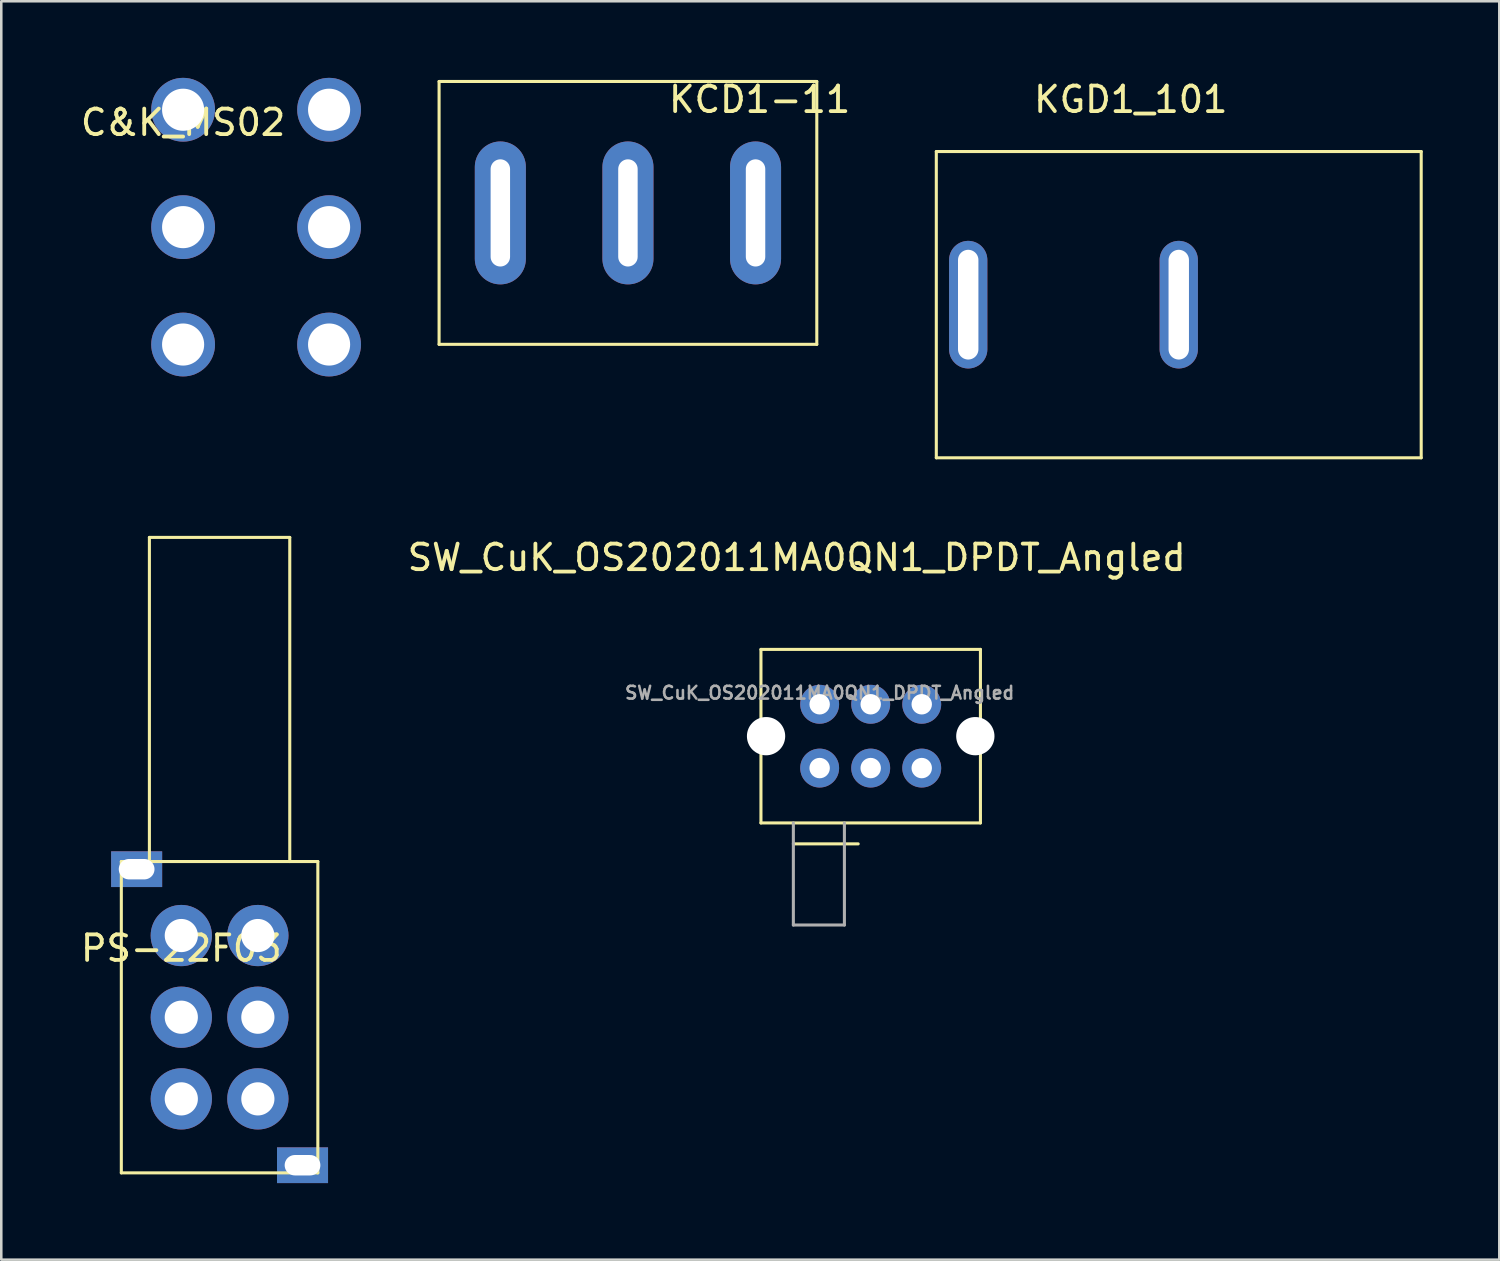
<source format=kicad_pcb>
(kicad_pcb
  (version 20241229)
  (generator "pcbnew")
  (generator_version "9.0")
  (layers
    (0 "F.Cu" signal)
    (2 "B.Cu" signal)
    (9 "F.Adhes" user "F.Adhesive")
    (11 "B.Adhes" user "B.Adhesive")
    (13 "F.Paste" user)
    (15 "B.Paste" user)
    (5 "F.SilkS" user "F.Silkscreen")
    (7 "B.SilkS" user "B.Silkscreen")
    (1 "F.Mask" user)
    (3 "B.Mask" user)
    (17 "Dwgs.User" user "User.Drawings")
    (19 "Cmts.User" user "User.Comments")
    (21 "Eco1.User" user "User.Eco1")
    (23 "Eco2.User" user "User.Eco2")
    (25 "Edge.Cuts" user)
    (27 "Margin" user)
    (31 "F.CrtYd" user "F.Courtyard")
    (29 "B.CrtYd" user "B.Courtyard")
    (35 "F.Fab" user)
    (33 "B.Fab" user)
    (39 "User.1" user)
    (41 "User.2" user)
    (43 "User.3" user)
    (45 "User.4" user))
  (footprint "SW_CuK_OS202011MA0QN1_DPDT_Angled"
    (layer "F.Cu")
    (at 26.767 22.396)
    (property "Reference" "SW_CuK_OS202011MA0QN1_DPDT_Angled" (at 1.4 -3.6 0) (layer "F.SilkS") (effects (font (size 1 1) (thickness 0.15))))
    (attr through_hole)
    (fp_line (start 0 0) (end 8.6 0) (stroke (width 0.12) (type solid)) (layer "F.SilkS"))
    (fp_line (start 0 6.8) (end 0 0) (stroke (width 0.12) (type solid)) (layer "F.SilkS"))
    (fp_line (start 1.27 7.62) (end 3.81 7.62) (stroke (width 0.12) (type solid)) (layer "F.SilkS"))
    (fp_line (start 8.6 0) (end 8.6 6.8) (stroke (width 0.12) (type solid)) (layer "F.SilkS"))
    (fp_line (start 8.6 6.8) (end 0 6.8) (stroke (width 0.12) (type solid)) (layer "F.SilkS"))
    (fp_line (start 1.27 6.8) (end 1.27 10.8) (stroke (width 0.12) (type solid)) (layer "F.Fab"))
    (fp_line (start 1.27 10.8) (end 3.27 10.8) (stroke (width 0.12) (type solid)) (layer "F.Fab"))
    (fp_line (start 3.27 10.8) (end 3.27 6.8) (stroke (width 0.12) (type solid)) (layer "F.Fab"))
    (fp_text user "${REFERENCE}" (at 2.3 1.7 0) (layer "F.Fab") (effects (font (size 0.5 0.5) (thickness 0.1))))
    (pad "" np_thru_hole circle (at 0.2 3.4) (size 1.5 1.5) (drill 1.5) (layers "*.Cu" "*.Mask"))
    (pad "" np_thru_hole circle (at 8.4 3.4) (size 1.5 1.5) (drill 1.5) (layers "*.Cu" "*.Mask"))
    (pad "1" thru_hole circle (at 2.3 2.15) (size 1.524 1.524) (drill 0.8) (layers "*.Cu" "*.Mask"))
    (pad "2" thru_hole circle (at 4.3 2.15) (size 1.524 1.524) (drill 0.8) (layers "*.Cu" "*.Mask"))
    (pad "3" thru_hole circle (at 6.3 2.15) (size 1.524 1.524) (drill 0.8) (layers "*.Cu" "*.Mask"))
    (pad "4" thru_hole circle (at 2.3 4.65) (size 1.524 1.524) (drill 0.8) (layers "*.Cu" "*.Mask"))
    (pad "5" thru_hole circle (at 4.3 4.65) (size 1.524 1.524) (drill 0.8) (layers "*.Cu" "*.Mask"))
    (pad "6" thru_hole circle (at 6.3 4.65) (size 1.524 1.524) (drill 0.8) (layers "*.Cu" "*.Mask")))
  (footprint "C&K_MS02"
    (layer "F.Cu")
    (at 4.125 1.25)
    (property "Reference" "C&K_MS02" (at 0 0.5 0) (layer "F.SilkS") (effects (font (size 1 1) (thickness 0.15))))
    (attr through_hole)
    (pad "1" thru_hole circle (at 0 0) (size 2.5 2.5) (drill 1.65) (layers "*.Cu" "*.Mask"))
    (pad "1" thru_hole circle (at 5.72 0) (size 2.5 2.5) (drill 1.65) (layers "*.Cu" "*.Mask"))
    (pad "2" thru_hole circle (at 0 4.6) (size 2.5 2.5) (drill 1.65) (layers "*.Cu" "*.Mask"))
    (pad "2" thru_hole circle (at 5.72 4.6) (size 2.5 2.5) (drill 1.65) (layers "*.Cu" "*.Mask"))
    (pad "3" thru_hole circle (at 0 9.2) (size 2.5 2.5) (drill 1.65) (layers "*.Cu" "*.Mask"))
    (pad "3" thru_hole circle (at 5.72 9.2) (size 2.5 2.5) (drill 1.65) (layers "*.Cu" "*.Mask")))
  (footprint "PS-22F03"
    (layer "F.Cu")
    (at 4.054 33.608)
    (property "Reference" "PS-22F03" (at 0 0.5 0) (layer "F.SilkS") (effects (font (size 1 1) (thickness 0.15))))
    (attr through_hole)
    (fp_line (start -2.35 -2.9) (end 5.35 -2.9) (stroke (width 0.12) (type solid)) (layer "F.SilkS"))
    (fp_line (start -2.35 9.3) (end -2.35 -2.9) (stroke (width 0.12) (type solid)) (layer "F.SilkS"))
    (fp_line (start -2.35 9.3) (end 5.35 9.3) (stroke (width 0.12) (type solid)) (layer "F.SilkS"))
    (fp_line (start -1.25 -15.6) (end -1.25 -2.9) (stroke (width 0.12) (type solid)) (layer "F.SilkS"))
    (fp_line (start 4.25 -15.6) (end -1.25 -15.6) (stroke (width 0.12) (type solid)) (layer "F.SilkS"))
    (fp_line (start 4.25 -2.9) (end 4.25 -15.6) (stroke (width 0.12) (type solid)) (layer "F.SilkS"))
    (fp_line (start 5.35 -2.9) (end 5.35 9.3) (stroke (width 0.12) (type solid)) (layer "F.SilkS"))
    (pad "" thru_hole rect (at -1.75 -2.6) (size 2 1.4) (drill oval 1.4 0.8) (layers "*.Cu" "*.Mask"))
    (pad "" thru_hole rect (at 4.75 9) (size 2 1.4) (drill oval 1.4 0.8) (layers "*.Cu" "*.Mask"))
    (pad "1" thru_hole circle (at 0 6.4) (size 2.4 2.4) (drill 1.3) (layers "*.Cu" "*.Mask"))
    (pad "1" thru_hole circle (at 3 6.4) (size 2.4 2.4) (drill 1.3) (layers "*.Cu" "*.Mask"))
    (pad "2" thru_hole circle (at 0 3.2) (size 2.4 2.4) (drill 1.3) (layers "*.Cu" "*.Mask"))
    (pad "2" thru_hole circle (at 3 3.2) (size 2.4 2.4) (drill 1.3) (layers "*.Cu" "*.Mask"))
    (pad "3" thru_hole circle (at 0 0) (size 2.4 2.4) (drill 1.3) (layers "*.Cu" "*.Mask"))
    (pad "3" thru_hole circle (at 3 0) (size 2.4 2.4) (drill 1.3) (layers "*.Cu" "*.Mask")))
  (footprint "KGD1_101"
    (layer "F.Cu")
    (at 33.638 2.888)
    (property "Reference" "KGD1_101" (at 7.62 -2.04 0) (layer "F.SilkS") (effects (font (size 1 1) (thickness 0.15))))
    (attr through_hole)
    (fp_line (start 0 0) (end 0 12) (stroke (width 0.12) (type solid)) (layer "F.SilkS"))
    (fp_line (start 0 12) (end 19 12) (stroke (width 0.12) (type solid)) (layer "F.SilkS"))
    (fp_line (start 19 0) (end 0 0) (stroke (width 0.12) (type solid)) (layer "F.SilkS"))
    (fp_line (start 19 12) (end 19 0) (stroke (width 0.12) (type solid)) (layer "F.SilkS"))
    (pad "1" thru_hole oval (at 1.25 6 270) (size 5 1.5) (drill oval 4.3 0.8) (layers "*.Cu" "*.Mask"))
    (pad "2" thru_hole oval (at 9.5 6 270) (size 5 1.5) (drill oval 4.3 0.8) (layers "*.Cu" "*.Mask")))
  (footprint "KCD1-11"
    (layer "F.Cu")
    (at 16.555 5.293)
    (property "Reference" "KCD1-11" (at 10.16 -4.445 0) (layer "F.SilkS") (effects (font (size 1 1) (thickness 0.15))))
    (attr through_hole)
    (fp_line (start -2.4 -5.15) (end 12.4 -5.15) (stroke (width 0.12) (type solid)) (layer "F.SilkS"))
    (fp_line (start -2.4 5.15) (end -2.4 -5.15) (stroke (width 0.12) (type solid)) (layer "F.SilkS"))
    (fp_line (start 12.4 -5.15) (end 12.4 5.15) (stroke (width 0.12) (type solid)) (layer "F.SilkS"))
    (fp_line (start 12.4 5.15) (end -2.4 5.15) (stroke (width 0.12) (type solid)) (layer "F.SilkS"))
    (pad "1" thru_hole oval (at 0 0) (size 2 5.6) (drill oval 0.762 4.2) (layers "*.Cu" "*.Mask"))
    (pad "2" thru_hole oval (at 5 0) (size 2 5.6) (drill oval 0.762 4.2) (layers "*.Cu" "*.Mask"))
    (pad "3" thru_hole oval (at 10 0) (size 2 5.6) (drill oval 0.762 4.2) (layers "*.Cu" "*.Mask")))
  (gr_rect
    (start -3 -3)
    (end 55.698 46.308)
    (stroke (width 0.1) (type default))
    (fill no)
    (layer "Edge.Cuts")))
</source>
